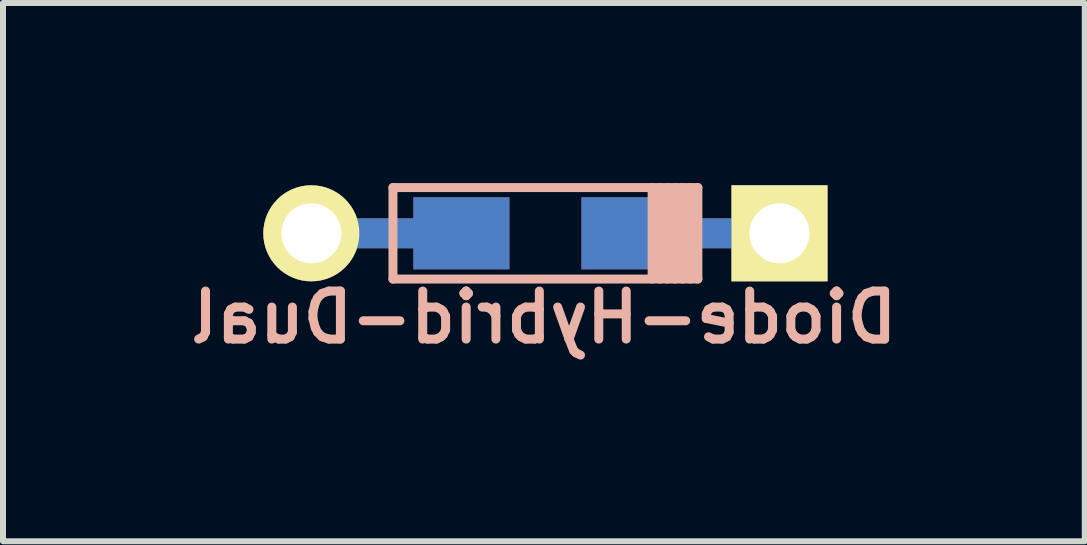
<source format=kicad_pcb>
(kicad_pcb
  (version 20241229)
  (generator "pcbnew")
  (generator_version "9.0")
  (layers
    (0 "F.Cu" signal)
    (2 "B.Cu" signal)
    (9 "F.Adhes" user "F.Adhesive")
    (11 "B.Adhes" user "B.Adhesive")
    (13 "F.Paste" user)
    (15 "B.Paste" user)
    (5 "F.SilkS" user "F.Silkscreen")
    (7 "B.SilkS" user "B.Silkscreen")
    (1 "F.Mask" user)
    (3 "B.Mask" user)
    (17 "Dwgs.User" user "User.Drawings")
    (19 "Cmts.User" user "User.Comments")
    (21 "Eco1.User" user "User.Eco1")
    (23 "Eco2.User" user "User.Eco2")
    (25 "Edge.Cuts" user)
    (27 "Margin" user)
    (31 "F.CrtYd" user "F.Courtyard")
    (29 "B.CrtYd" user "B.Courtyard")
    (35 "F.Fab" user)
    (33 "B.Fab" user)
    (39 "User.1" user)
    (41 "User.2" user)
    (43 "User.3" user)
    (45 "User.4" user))
  (footprint "Diode-Hybrid-Dual"
    (layer "F.Cu")
    (at 6.037 0.837)
    (property "Reference" "Diode-Hybrid-Dual" (at -0.025 1.4 0) (layer "B.SilkS") (effects (font (size 0.8 0.8) (thickness 0.15)) (justify mirror)))
    (attr smd)
    (fp_line (start -2.54 -0.762) (end -2.54 0.762) (stroke (width 0.15) (type solid)) (layer "B.SilkS"))
    (fp_line (start -2.54 0.762) (end 2.54 0.762) (stroke (width 0.15) (type solid)) (layer "B.SilkS"))
    (fp_line (start 1.778 0.762) (end 1.778 -0.762) (stroke (width 0.15) (type solid)) (layer "B.SilkS"))
    (fp_line (start 1.905 0.762) (end 1.905 -0.762) (stroke (width 0.15) (type solid)) (layer "B.SilkS"))
    (fp_line (start 2.032 -0.762) (end 2.032 0.762) (stroke (width 0.15) (type solid)) (layer "B.SilkS"))
    (fp_line (start 2.159 0.762) (end 2.159 -0.762) (stroke (width 0.15) (type solid)) (layer "B.SilkS"))
    (fp_line (start 2.286 -0.762) (end 2.286 0.762) (stroke (width 0.15) (type solid)) (layer "B.SilkS"))
    (fp_line (start 2.413 0.762) (end 2.413 -0.762) (stroke (width 0.15) (type solid)) (layer "B.SilkS"))
    (fp_line (start 2.54 -0.762) (end -2.54 -0.762) (stroke (width 0.15) (type solid)) (layer "B.SilkS"))
    (fp_line (start 2.54 0.762) (end 2.54 -0.762) (stroke (width 0.15) (type solid)) (layer "B.SilkS"))
    (pad "1" smd rect (at 1.4 0 180) (size 1.6 1.2) (layers "F.Cu" "F.Mask" "F.Paste"))
    (pad "1" smd rect (at 1.4 0) (size 1.6 1.2) (layers "B.Cu" "B.Mask" "B.Paste"))
    (pad "1" smd rect (at 2.5 0 180) (size 2.9 0.5) (layers "F.Cu"))
    (pad "1" smd rect (at 2.5 0) (size 2.9 0.5) (layers "B.Cu"))
    (pad "1" thru_hole rect (at 3.9 0) (size 1.6 1.6) (drill 1) (layers "*.Cu" "*.Mask" "F.SilkS"))
    (pad "2" thru_hole circle (at -3.9 0) (size 1.6 1.6) (drill 1) (layers "*.Cu" "*.Mask" "F.SilkS"))
    (pad "2" smd rect (at -2.5 0 180) (size 2.9 0.5) (layers "F.Cu"))
    (pad "2" smd rect (at -2.5 0) (size 2.9 0.5) (layers "B.Cu"))
    (pad "2" smd rect (at -1.4 0 180) (size 1.6 1.2) (layers "F.Cu" "F.Mask" "F.Paste"))
    (pad "2" smd rect (at -1.4 0) (size 1.6 1.2) (layers "B.Cu" "B.Mask" "B.Paste")))
  (gr_rect
    (start -3 -3)
    (end 15.023 5.968)
    (stroke (width 0.1) (type default))
    (fill no)
    (layer "Edge.Cuts")))
</source>
